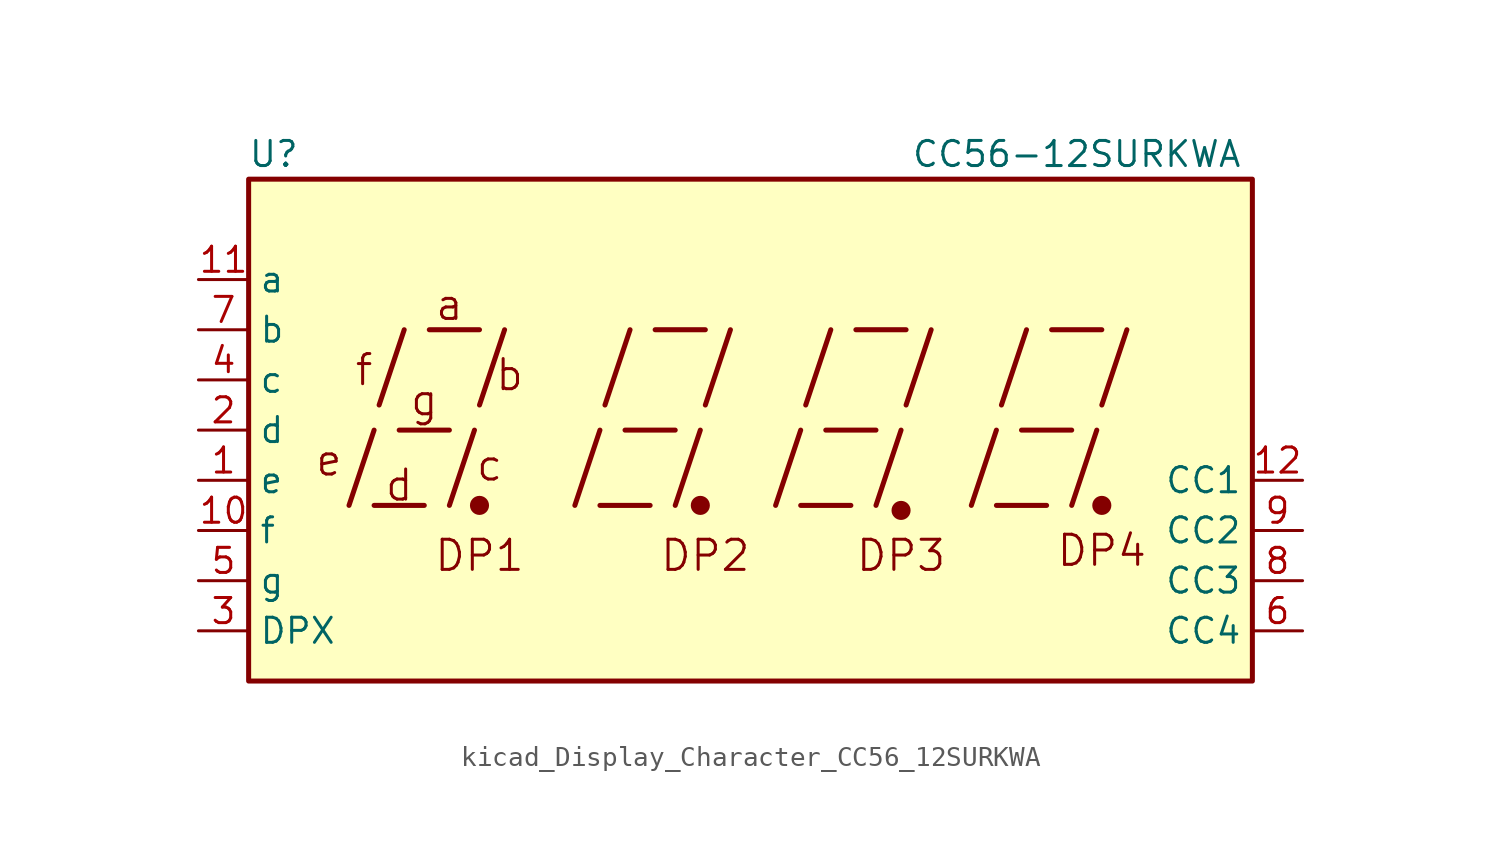
<source format=kicad_sym>
(kicad_symbol_lib
  (version 20220914)
  (generator kicad_symbol_editor)
  (symbol "kicad_Display_Character_CC56_12SURKWA"
    (property "Reference" "U"
      (at -24.13 13.97 0)
      (effects (font (size 1.27 1.27))))
    (property "Value" "CC56-12SURKWA"
      (at 16.51 13.97 0)
      (effects (font (size 1.27 1.27))))
    (symbol "kicad_Display_Character_CC56_12SURKWA_0_0"
      (rectangle (start -25.4 12.7) (end 25.4 -12.7) (stroke (width 0.254) (type default)) (fill (type background)))
      (polyline (pts (xy -20.32 -3.81) (xy -19.05 0)) (stroke (width 0.254) (type default)) (fill (type none)))
      (polyline (pts (xy -19.05 -3.81) (xy -16.51 -3.81)) (stroke (width 0.254) (type default)) (fill (type none)))
      (polyline (pts (xy -18.796 1.27) (xy -17.526 5.08)) (stroke (width 0.254) (type default)) (fill (type none)))
      (polyline (pts (xy -17.78 0) (xy -15.24 0)) (stroke (width 0.254) (type default)) (fill (type none)))
      (polyline (pts (xy -16.256 5.08) (xy -13.716 5.08)) (stroke (width 0.254) (type default)) (fill (type none)))
      (polyline (pts (xy -15.24 -3.81) (xy -13.97 0)) (stroke (width 0.254) (type default)) (fill (type none)))
      (polyline (pts (xy -13.716 1.27) (xy -12.446 5.08)) (stroke (width 0.254) (type default)) (fill (type none)))
      (polyline (pts (xy -8.89 -3.81) (xy -7.62 0)) (stroke (width 0.254) (type default)) (fill (type none)))
      (polyline (pts (xy -7.62 -3.81) (xy -5.08 -3.81)) (stroke (width 0.254) (type default)) (fill (type none)))
      (polyline (pts (xy -7.366 1.27) (xy -6.096 5.08)) (stroke (width 0.254) (type default)) (fill (type none)))
      (polyline (pts (xy -6.35 0) (xy -3.81 0)) (stroke (width 0.254) (type default)) (fill (type none)))
      (polyline (pts (xy -4.826 5.08) (xy -2.286 5.08)) (stroke (width 0.254) (type default)) (fill (type none)))
      (polyline (pts (xy -3.81 -3.81) (xy -2.54 0)) (stroke (width 0.254) (type default)) (fill (type none)))
      (polyline (pts (xy -2.286 1.27) (xy -1.016 5.08)) (stroke (width 0.254) (type default)) (fill (type none)))
      (polyline (pts (xy 1.27 -3.81) (xy 2.54 0)) (stroke (width 0.254) (type default)) (fill (type none)))
      (polyline (pts (xy 2.54 -3.81) (xy 5.08 -3.81)) (stroke (width 0.254) (type default)) (fill (type none)))
      (polyline (pts (xy 2.794 1.27) (xy 4.064 5.08)) (stroke (width 0.254) (type default)) (fill (type none)))
      (polyline (pts (xy 3.81 0) (xy 6.35 0)) (stroke (width 0.254) (type default)) (fill (type none)))
      (polyline (pts (xy 5.334 5.08) (xy 7.874 5.08)) (stroke (width 0.254) (type default)) (fill (type none)))
      (polyline (pts (xy 6.35 -3.81) (xy 7.62 0)) (stroke (width 0.254) (type default)) (fill (type none)))
      (polyline (pts (xy 7.874 1.27) (xy 9.144 5.08)) (stroke (width 0.254) (type default)) (fill (type none)))
      (polyline (pts (xy 11.176 -3.81) (xy 12.446 0)) (stroke (width 0.254) (type default)) (fill (type none)))
      (polyline (pts (xy 12.446 -3.81) (xy 14.986 -3.81)) (stroke (width 0.254) (type default)) (fill (type none)))
      (polyline (pts (xy 12.7 1.27) (xy 13.97 5.08)) (stroke (width 0.254) (type default)) (fill (type none)))
      (polyline (pts (xy 13.716 0) (xy 16.256 0)) (stroke (width 0.254) (type default)) (fill (type none)))
      (polyline (pts (xy 15.24 5.08) (xy 17.78 5.08)) (stroke (width 0.254) (type default)) (fill (type none)))
      (polyline (pts (xy 16.256 -3.81) (xy 17.526 0)) (stroke (width 0.254) (type default)) (fill (type none)))
      (polyline (pts (xy 17.78 1.27) (xy 19.05 5.08)) (stroke (width 0.254) (type default)) (fill (type none)))
      (text "a" (at -15.24 6.35 0) (effects (font (size 1.524 1.524))))
      (text "b" (at -12.192 2.794 0) (effects (font (size 1.524 1.524))))
      (text "c" (at -13.208 -1.778 0) (effects (font (size 1.524 1.524))))
      (text "d" (at -17.78 -2.794 0) (effects (font (size 1.524 1.524))))
      (text "DP1" (at -13.716 -6.35 0) (effects (font (size 1.524 1.524))))
      (text "DP2" (at -2.286 -6.35 0) (effects (font (size 1.524 1.524))))
      (text "DP3" (at 7.62 -6.35 0) (effects (font (size 1.524 1.524))))
      (text "DP4" (at 17.78 -6.096 0) (effects (font (size 1.524 1.524))))
      (text "e" (at -21.336 -1.524 0) (effects (font (size 1.524 1.524))))
      (text "f" (at -19.558 3.048 0) (effects (font (size 1.524 1.524))))
      (text "g" (at -16.51 1.524 0) (effects (font (size 1.524 1.524)))))
    (symbol "kicad_Display_Character_CC56_12SURKWA_0_1"
      (circle (center -13.716 -3.81) (radius 0.356) (stroke (width 0.254) (type default)) (fill (type outline)))
      (circle (center -2.54 -3.81) (radius 0.356) (stroke (width 0.254) (type default)) (fill (type outline))))
    (symbol "kicad_Display_Character_CC56_12SURKWA_1_0"
      (circle (center 7.62 -4.064) (radius 0.356) (stroke (width 0.254) (type default)) (fill (type outline)))
      (circle (center 17.78 -3.81) (radius 0.356) (stroke (width 0.254) (type default)) (fill (type outline))))
    (symbol "kicad_Display_Character_CC56_12SURKWA_1_1"
      (pin input line (at -27.94 -2.54 0) (length 2.54) (name "e" (effects (font (size 1.27 1.27)))) (number "1" (effects (font (size 1.27 1.27)))))
      (pin input line (at -27.94 -5.08 0) (length 2.54) (name "f" (effects (font (size 1.27 1.27)))) (number "10" (effects (font (size 1.27 1.27)))))
      (pin input line (at -27.94 7.62 0) (length 2.54) (name "a" (effects (font (size 1.27 1.27)))) (number "11" (effects (font (size 1.27 1.27)))))
      (pin input line (at 27.94 -2.54 180) (length 2.54) (name "CC1" (effects (font (size 1.27 1.27)))) (number "12" (effects (font (size 1.27 1.27)))))
      (pin input line (at -27.94 0 0) (length 2.54) (name "d" (effects (font (size 1.27 1.27)))) (number "2" (effects (font (size 1.27 1.27)))))
      (pin input line (at -27.94 -10.16 0) (length 2.54) (name "DPX" (effects (font (size 1.27 1.27)))) (number "3" (effects (font (size 1.27 1.27)))))
      (pin input line (at -27.94 2.54 0) (length 2.54) (name "c" (effects (font (size 1.27 1.27)))) (number "4" (effects (font (size 1.27 1.27)))))
      (pin input line (at -27.94 -7.62 0) (length 2.54) (name "g" (effects (font (size 1.27 1.27)))) (number "5" (effects (font (size 1.27 1.27)))))
      (pin input line (at 27.94 -10.16 180) (length 2.54) (name "CC4" (effects (font (size 1.27 1.27)))) (number "6" (effects (font (size 1.27 1.27)))))
      (pin input line (at -27.94 5.08 0) (length 2.54) (name "b" (effects (font (size 1.27 1.27)))) (number "7" (effects (font (size 1.27 1.27)))))
      (pin input line (at 27.94 -7.62 180) (length 2.54) (name "CC3" (effects (font (size 1.27 1.27)))) (number "8" (effects (font (size 1.27 1.27)))))
      (pin input line (at 27.94 -5.08 180) (length 2.54) (name "CC2" (effects (font (size 1.27 1.27)))) (number "9" (effects (font (size 1.27 1.27))))))))
</source>
